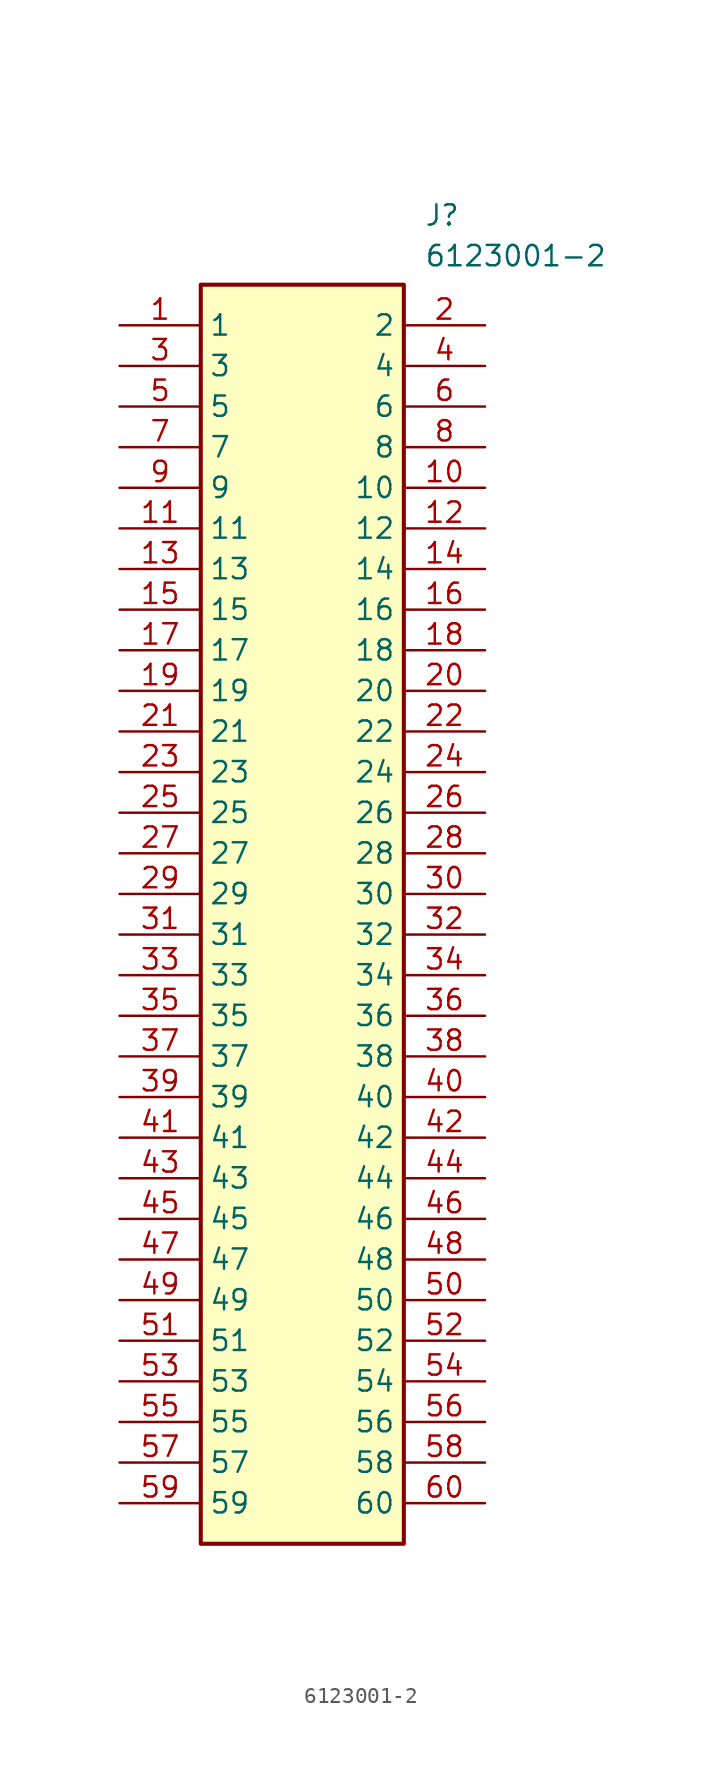
<source format=kicad_sym>
(kicad_symbol_lib
  (version 20211014)
  (generator SamacSys_ECAD_Model)
  (symbol "6123001-2"
    (property "Reference" "J"
      (at 19.05 7.62 0)
      (effects (font (size 1.27 1.27)) (justify left top)))
    (property "Value" "6123001-2"
      (at 19.05 5.08 0)
      (effects (font (size 1.27 1.27)) (justify left top)))
    (rectangle
      (start 5.08 2.54)
      (end 17.78 -76.2)
      (stroke (width 0.254) (type default))
      (fill (type background)))
    (pin passive line
      (at 0 0 0)
      (length 5.08)
      (name "1" (effects (font (size 1.27 1.27))))
      (number "1" (effects (font (size 1.27 1.27)))))
    (pin passive line
      (at 22.86 0 180)
      (length 5.08)
      (name "2" (effects (font (size 1.27 1.27))))
      (number "2" (effects (font (size 1.27 1.27)))))
    (pin passive line
      (at 0 -2.54 0)
      (length 5.08)
      (name "3" (effects (font (size 1.27 1.27))))
      (number "3" (effects (font (size 1.27 1.27)))))
    (pin passive line
      (at 22.86 -2.54 180)
      (length 5.08)
      (name "4" (effects (font (size 1.27 1.27))))
      (number "4" (effects (font (size 1.27 1.27)))))
    (pin passive line
      (at 0 -5.08 0)
      (length 5.08)
      (name "5" (effects (font (size 1.27 1.27))))
      (number "5" (effects (font (size 1.27 1.27)))))
    (pin passive line
      (at 22.86 -5.08 180)
      (length 5.08)
      (name "6" (effects (font (size 1.27 1.27))))
      (number "6" (effects (font (size 1.27 1.27)))))
    (pin passive line
      (at 0 -7.62 0)
      (length 5.08)
      (name "7" (effects (font (size 1.27 1.27))))
      (number "7" (effects (font (size 1.27 1.27)))))
    (pin passive line
      (at 22.86 -7.62 180)
      (length 5.08)
      (name "8" (effects (font (size 1.27 1.27))))
      (number "8" (effects (font (size 1.27 1.27)))))
    (pin passive line
      (at 0 -10.16 0)
      (length 5.08)
      (name "9" (effects (font (size 1.27 1.27))))
      (number "9" (effects (font (size 1.27 1.27)))))
    (pin passive line
      (at 22.86 -10.16 180)
      (length 5.08)
      (name "10" (effects (font (size 1.27 1.27))))
      (number "10" (effects (font (size 1.27 1.27)))))
    (pin passive line
      (at 0 -12.7 0)
      (length 5.08)
      (name "11" (effects (font (size 1.27 1.27))))
      (number "11" (effects (font (size 1.27 1.27)))))
    (pin passive line
      (at 22.86 -12.7 180)
      (length 5.08)
      (name "12" (effects (font (size 1.27 1.27))))
      (number "12" (effects (font (size 1.27 1.27)))))
    (pin passive line
      (at 0 -15.24 0)
      (length 5.08)
      (name "13" (effects (font (size 1.27 1.27))))
      (number "13" (effects (font (size 1.27 1.27)))))
    (pin passive line
      (at 22.86 -15.24 180)
      (length 5.08)
      (name "14" (effects (font (size 1.27 1.27))))
      (number "14" (effects (font (size 1.27 1.27)))))
    (pin passive line
      (at 0 -17.78 0)
      (length 5.08)
      (name "15" (effects (font (size 1.27 1.27))))
      (number "15" (effects (font (size 1.27 1.27)))))
    (pin passive line
      (at 22.86 -17.78 180)
      (length 5.08)
      (name "16" (effects (font (size 1.27 1.27))))
      (number "16" (effects (font (size 1.27 1.27)))))
    (pin passive line
      (at 0 -20.32 0)
      (length 5.08)
      (name "17" (effects (font (size 1.27 1.27))))
      (number "17" (effects (font (size 1.27 1.27)))))
    (pin passive line
      (at 22.86 -20.32 180)
      (length 5.08)
      (name "18" (effects (font (size 1.27 1.27))))
      (number "18" (effects (font (size 1.27 1.27)))))
    (pin passive line
      (at 0 -22.86 0)
      (length 5.08)
      (name "19" (effects (font (size 1.27 1.27))))
      (number "19" (effects (font (size 1.27 1.27)))))
    (pin passive line
      (at 22.86 -22.86 180)
      (length 5.08)
      (name "20" (effects (font (size 1.27 1.27))))
      (number "20" (effects (font (size 1.27 1.27)))))
    (pin passive line
      (at 0 -25.4 0)
      (length 5.08)
      (name "21" (effects (font (size 1.27 1.27))))
      (number "21" (effects (font (size 1.27 1.27)))))
    (pin passive line
      (at 22.86 -25.4 180)
      (length 5.08)
      (name "22" (effects (font (size 1.27 1.27))))
      (number "22" (effects (font (size 1.27 1.27)))))
    (pin passive line
      (at 0 -27.94 0)
      (length 5.08)
      (name "23" (effects (font (size 1.27 1.27))))
      (number "23" (effects (font (size 1.27 1.27)))))
    (pin passive line
      (at 22.86 -27.94 180)
      (length 5.08)
      (name "24" (effects (font (size 1.27 1.27))))
      (number "24" (effects (font (size 1.27 1.27)))))
    (pin passive line
      (at 0 -30.48 0)
      (length 5.08)
      (name "25" (effects (font (size 1.27 1.27))))
      (number "25" (effects (font (size 1.27 1.27)))))
    (pin passive line
      (at 22.86 -30.48 180)
      (length 5.08)
      (name "26" (effects (font (size 1.27 1.27))))
      (number "26" (effects (font (size 1.27 1.27)))))
    (pin passive line
      (at 0 -33.02 0)
      (length 5.08)
      (name "27" (effects (font (size 1.27 1.27))))
      (number "27" (effects (font (size 1.27 1.27)))))
    (pin passive line
      (at 22.86 -33.02 180)
      (length 5.08)
      (name "28" (effects (font (size 1.27 1.27))))
      (number "28" (effects (font (size 1.27 1.27)))))
    (pin passive line
      (at 0 -35.56 0)
      (length 5.08)
      (name "29" (effects (font (size 1.27 1.27))))
      (number "29" (effects (font (size 1.27 1.27)))))
    (pin passive line
      (at 22.86 -35.56 180)
      (length 5.08)
      (name "30" (effects (font (size 1.27 1.27))))
      (number "30" (effects (font (size 1.27 1.27)))))
    (pin passive line
      (at 0 -38.1 0)
      (length 5.08)
      (name "31" (effects (font (size 1.27 1.27))))
      (number "31" (effects (font (size 1.27 1.27)))))
    (pin passive line
      (at 22.86 -38.1 180)
      (length 5.08)
      (name "32" (effects (font (size 1.27 1.27))))
      (number "32" (effects (font (size 1.27 1.27)))))
    (pin passive line
      (at 0 -40.64 0)
      (length 5.08)
      (name "33" (effects (font (size 1.27 1.27))))
      (number "33" (effects (font (size 1.27 1.27)))))
    (pin passive line
      (at 22.86 -40.64 180)
      (length 5.08)
      (name "34" (effects (font (size 1.27 1.27))))
      (number "34" (effects (font (size 1.27 1.27)))))
    (pin passive line
      (at 0 -43.18 0)
      (length 5.08)
      (name "35" (effects (font (size 1.27 1.27))))
      (number "35" (effects (font (size 1.27 1.27)))))
    (pin passive line
      (at 22.86 -43.18 180)
      (length 5.08)
      (name "36" (effects (font (size 1.27 1.27))))
      (number "36" (effects (font (size 1.27 1.27)))))
    (pin passive line
      (at 0 -45.72 0)
      (length 5.08)
      (name "37" (effects (font (size 1.27 1.27))))
      (number "37" (effects (font (size 1.27 1.27)))))
    (pin passive line
      (at 22.86 -45.72 180)
      (length 5.08)
      (name "38" (effects (font (size 1.27 1.27))))
      (number "38" (effects (font (size 1.27 1.27)))))
    (pin passive line
      (at 0 -48.26 0)
      (length 5.08)
      (name "39" (effects (font (size 1.27 1.27))))
      (number "39" (effects (font (size 1.27 1.27)))))
    (pin passive line
      (at 22.86 -48.26 180)
      (length 5.08)
      (name "40" (effects (font (size 1.27 1.27))))
      (number "40" (effects (font (size 1.27 1.27)))))
    (pin passive line
      (at 0 -50.8 0)
      (length 5.08)
      (name "41" (effects (font (size 1.27 1.27))))
      (number "41" (effects (font (size 1.27 1.27)))))
    (pin passive line
      (at 22.86 -50.8 180)
      (length 5.08)
      (name "42" (effects (font (size 1.27 1.27))))
      (number "42" (effects (font (size 1.27 1.27)))))
    (pin passive line
      (at 0 -53.34 0)
      (length 5.08)
      (name "43" (effects (font (size 1.27 1.27))))
      (number "43" (effects (font (size 1.27 1.27)))))
    (pin passive line
      (at 22.86 -53.34 180)
      (length 5.08)
      (name "44" (effects (font (size 1.27 1.27))))
      (number "44" (effects (font (size 1.27 1.27)))))
    (pin passive line
      (at 0 -55.88 0)
      (length 5.08)
      (name "45" (effects (font (size 1.27 1.27))))
      (number "45" (effects (font (size 1.27 1.27)))))
    (pin passive line
      (at 22.86 -55.88 180)
      (length 5.08)
      (name "46" (effects (font (size 1.27 1.27))))
      (number "46" (effects (font (size 1.27 1.27)))))
    (pin passive line
      (at 0 -58.42 0)
      (length 5.08)
      (name "47" (effects (font (size 1.27 1.27))))
      (number "47" (effects (font (size 1.27 1.27)))))
    (pin passive line
      (at 22.86 -58.42 180)
      (length 5.08)
      (name "48" (effects (font (size 1.27 1.27))))
      (number "48" (effects (font (size 1.27 1.27)))))
    (pin passive line
      (at 0 -60.96 0)
      (length 5.08)
      (name "49" (effects (font (size 1.27 1.27))))
      (number "49" (effects (font (size 1.27 1.27)))))
    (pin passive line
      (at 22.86 -60.96 180)
      (length 5.08)
      (name "50" (effects (font (size 1.27 1.27))))
      (number "50" (effects (font (size 1.27 1.27)))))
    (pin passive line
      (at 0 -63.5 0)
      (length 5.08)
      (name "51" (effects (font (size 1.27 1.27))))
      (number "51" (effects (font (size 1.27 1.27)))))
    (pin passive line
      (at 22.86 -63.5 180)
      (length 5.08)
      (name "52" (effects (font (size 1.27 1.27))))
      (number "52" (effects (font (size 1.27 1.27)))))
    (pin passive line
      (at 0 -66.04 0)
      (length 5.08)
      (name "53" (effects (font (size 1.27 1.27))))
      (number "53" (effects (font (size 1.27 1.27)))))
    (pin passive line
      (at 22.86 -66.04 180)
      (length 5.08)
      (name "54" (effects (font (size 1.27 1.27))))
      (number "54" (effects (font (size 1.27 1.27)))))
    (pin passive line
      (at 0 -68.58 0)
      (length 5.08)
      (name "55" (effects (font (size 1.27 1.27))))
      (number "55" (effects (font (size 1.27 1.27)))))
    (pin passive line
      (at 22.86 -68.58 180)
      (length 5.08)
      (name "56" (effects (font (size 1.27 1.27))))
      (number "56" (effects (font (size 1.27 1.27)))))
    (pin passive line
      (at 0 -71.12 0)
      (length 5.08)
      (name "57" (effects (font (size 1.27 1.27))))
      (number "57" (effects (font (size 1.27 1.27)))))
    (pin passive line
      (at 22.86 -71.12 180)
      (length 5.08)
      (name "58" (effects (font (size 1.27 1.27))))
      (number "58" (effects (font (size 1.27 1.27)))))
    (pin passive line
      (at 0 -73.66 0)
      (length 5.08)
      (name "59" (effects (font (size 1.27 1.27))))
      (number "59" (effects (font (size 1.27 1.27)))))
    (pin passive line
      (at 22.86 -73.66 180)
      (length 5.08)
      (name "60" (effects (font (size 1.27 1.27))))
      (number "60" (effects (font (size 1.27 1.27)))))))
</source>
